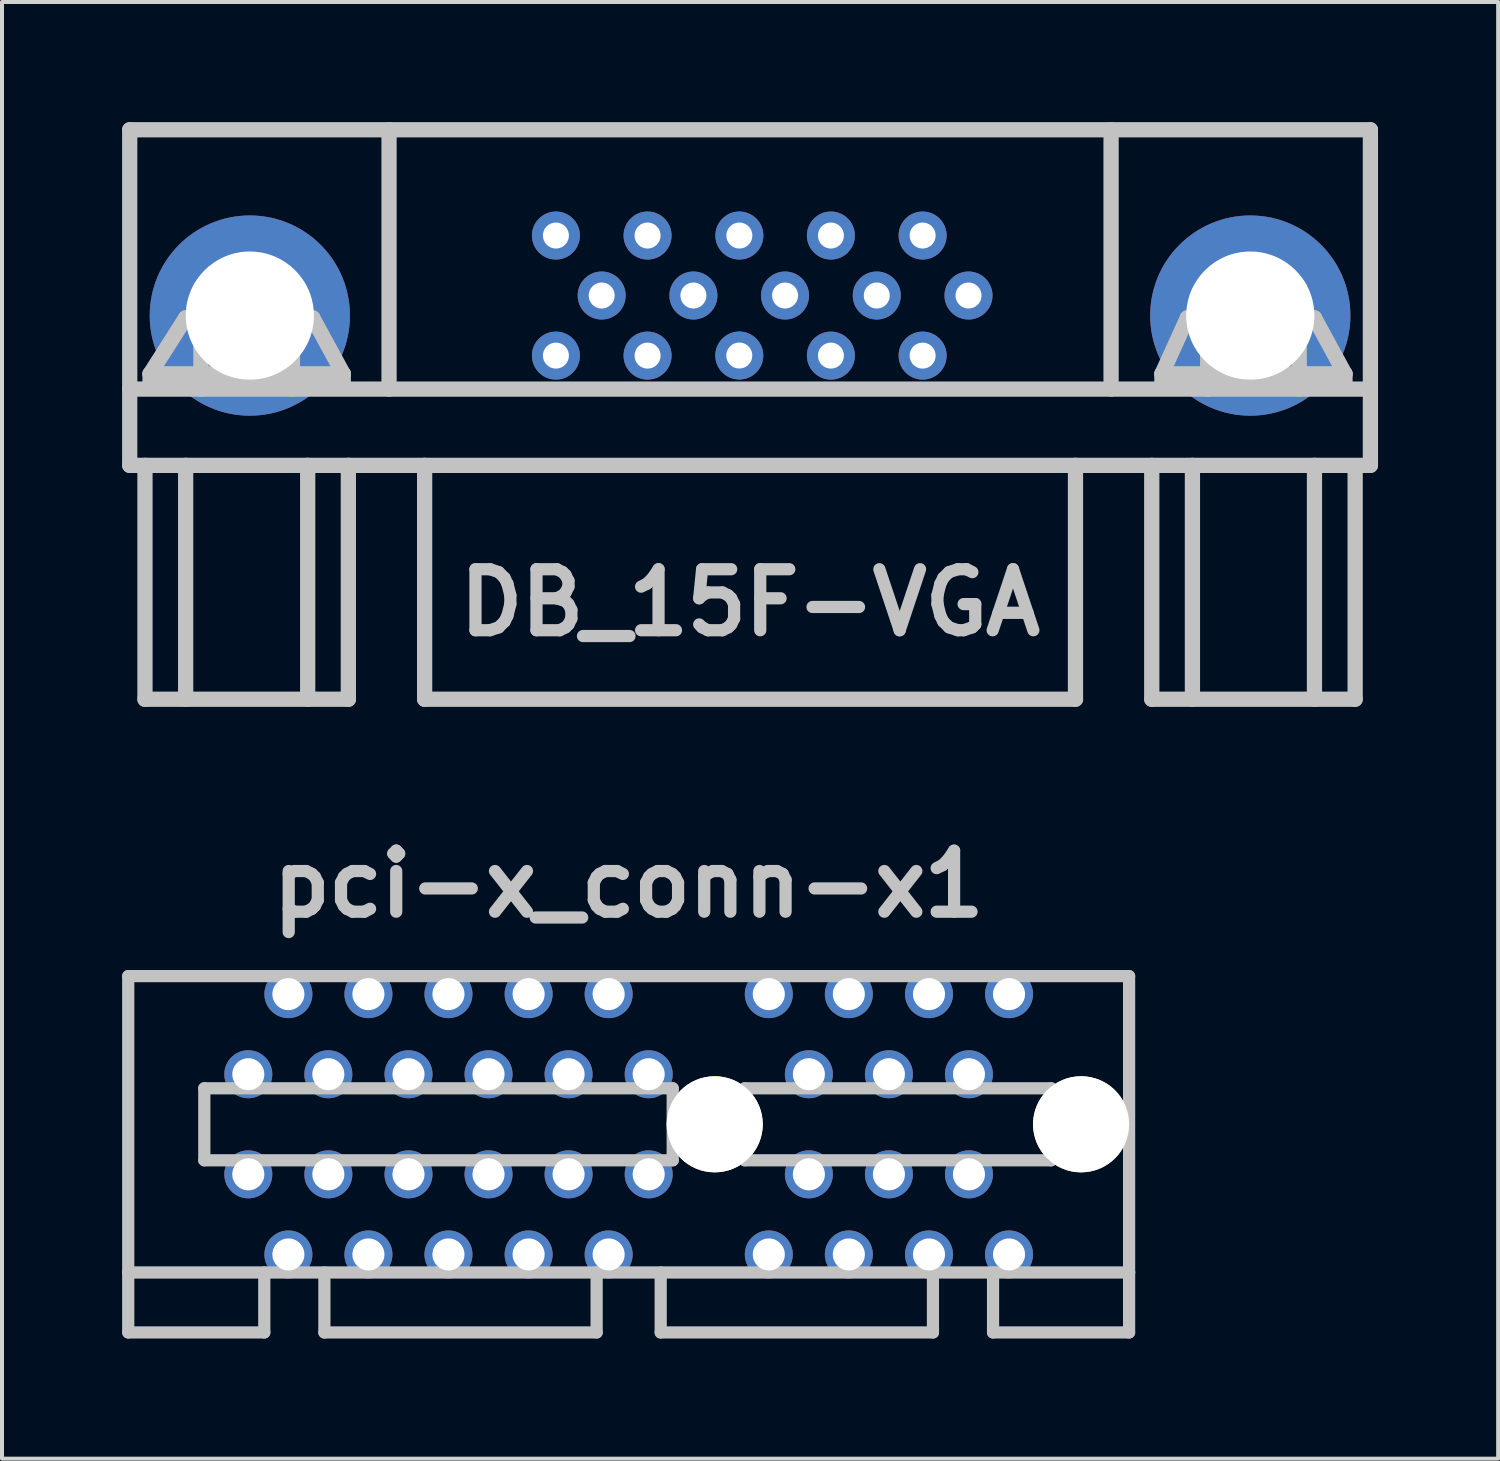
<source format=kicad_pcb>
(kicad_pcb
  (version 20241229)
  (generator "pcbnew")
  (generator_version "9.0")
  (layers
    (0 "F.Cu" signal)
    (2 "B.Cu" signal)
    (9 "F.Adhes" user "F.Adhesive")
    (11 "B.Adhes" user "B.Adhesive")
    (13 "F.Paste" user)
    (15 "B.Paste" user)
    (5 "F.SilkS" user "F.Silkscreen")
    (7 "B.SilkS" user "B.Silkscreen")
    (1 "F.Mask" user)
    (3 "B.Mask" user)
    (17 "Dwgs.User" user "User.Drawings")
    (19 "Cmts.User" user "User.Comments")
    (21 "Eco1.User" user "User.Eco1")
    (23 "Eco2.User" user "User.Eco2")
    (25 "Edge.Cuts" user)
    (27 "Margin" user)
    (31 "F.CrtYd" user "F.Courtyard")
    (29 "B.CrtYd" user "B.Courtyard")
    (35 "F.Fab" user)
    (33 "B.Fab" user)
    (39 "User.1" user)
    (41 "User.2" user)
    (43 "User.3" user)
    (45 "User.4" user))
  (footprint "pci-x_conn-x1"
    (layer "F.Cu")
    (at 12.652 25.031)
    (property "Reference" "pci-x_conn-x1" (at 0 -5.999 0) (layer "Dwgs.User") (effects (font (size 1.524 1.524) (thickness 0.305))))
    (attr through_hole)
    (fp_line (start -12.499 -3.701) (end -12.499 3.701) (stroke (width 0.305) (type solid)) (layer "Dwgs.User"))
    (fp_line (start -12.499 3.701) (end -12.499 5.199) (stroke (width 0.305) (type solid)) (layer "Dwgs.User"))
    (fp_line (start -12.499 3.701) (end 12.499 3.701) (stroke (width 0.305) (type solid)) (layer "Dwgs.User"))
    (fp_line (start -12.499 5.199) (end -9.101 5.199) (stroke (width 0.305) (type solid)) (layer "Dwgs.User"))
    (fp_line (start -10.599 -0.899) (end -10.599 0.899) (stroke (width 0.305) (type solid)) (layer "Dwgs.User"))
    (fp_line (start -9.101 5.199) (end -9.101 3.701) (stroke (width 0.305) (type solid)) (layer "Dwgs.User"))
    (fp_line (start -7.6 3.701) (end -7.6 5.199) (stroke (width 0.305) (type solid)) (layer "Dwgs.User"))
    (fp_line (start -7.6 5.199) (end -0.8 5.199) (stroke (width 0.305) (type solid)) (layer "Dwgs.User"))
    (fp_line (start -0.8 5.199) (end -0.8 3.701) (stroke (width 0.305) (type solid)) (layer "Dwgs.User"))
    (fp_line (start 0.8 3.701) (end 0.8 5.199) (stroke (width 0.305) (type solid)) (layer "Dwgs.User"))
    (fp_line (start 0.8 5.199) (end 7.6 5.199) (stroke (width 0.305) (type solid)) (layer "Dwgs.User"))
    (fp_line (start 1.1 -0.899) (end -10.599 -0.899) (stroke (width 0.305) (type solid)) (layer "Dwgs.User"))
    (fp_line (start 1.1 0.899) (end -10.599 0.899) (stroke (width 0.305) (type solid)) (layer "Dwgs.User"))
    (fp_line (start 1.1 0.899) (end 1.1 -0.899) (stroke (width 0.305) (type solid)) (layer "Dwgs.User"))
    (fp_line (start 2.901 -0.899) (end 10.551 -0.899) (stroke (width 0.305) (type solid)) (layer "Dwgs.User"))
    (fp_line (start 2.901 0.899) (end 2.901 -0.899) (stroke (width 0.305) (type solid)) (layer "Dwgs.User"))
    (fp_line (start 7.6 5.199) (end 7.6 3.701) (stroke (width 0.305) (type solid)) (layer "Dwgs.User"))
    (fp_line (start 9.101 3.701) (end 9.101 5.199) (stroke (width 0.305) (type solid)) (layer "Dwgs.User"))
    (fp_line (start 9.101 5.199) (end 12.499 5.199) (stroke (width 0.305) (type solid)) (layer "Dwgs.User"))
    (fp_line (start 10.551 -0.899) (end 10.551 0.899) (stroke (width 0.305) (type solid)) (layer "Dwgs.User"))
    (fp_line (start 10.551 0.899) (end 2.901 0.899) (stroke (width 0.305) (type solid)) (layer "Dwgs.User"))
    (fp_line (start 12.499 -3.701) (end -12.499 -3.701) (stroke (width 0.305) (type solid)) (layer "Dwgs.User"))
    (fp_line (start 12.499 3.701) (end 12.499 -3.701) (stroke (width 0.305) (type solid)) (layer "Dwgs.User"))
    (fp_line (start 12.499 5.199) (end 12.499 3.701) (stroke (width 0.305) (type solid)) (layer "Dwgs.User"))
    (pad "" np_thru_hole circle (at 2.149 0) (size 2.4 2.4) (drill 2.4) (layers "*.Cu" "F.SilkS"))
    (pad "" np_thru_hole circle (at 11.3 0) (size 2.4 2.4) (drill 2.4) (layers "*.Cu" "F.SilkS"))
    (pad "A1" thru_hole circle (at -9.5 -1.25) (size 1.199 1.199) (drill 0.8) (layers "*.Cu" "*.Mask"))
    (pad "A2" thru_hole circle (at -8.499 -3.251) (size 1.199 1.199) (drill 0.8) (layers "*.Cu" "*.Mask"))
    (pad "A3" thru_hole circle (at -7.501 -1.25) (size 1.199 1.199) (drill 0.8) (layers "*.Cu" "*.Mask"))
    (pad "A4" thru_hole circle (at -6.5 -3.251) (size 1.199 1.199) (drill 0.8) (layers "*.Cu" "*.Mask"))
    (pad "A5" thru_hole circle (at -5.499 -1.25) (size 1.199 1.199) (drill 0.8) (layers "*.Cu" "*.Mask"))
    (pad "A6" thru_hole circle (at -4.501 -3.251) (size 1.199 1.199) (drill 0.8) (layers "*.Cu" "*.Mask"))
    (pad "A7" thru_hole circle (at -3.5 -1.25) (size 1.199 1.199) (drill 0.8) (layers "*.Cu" "*.Mask"))
    (pad "A8" thru_hole circle (at -2.499 -3.251) (size 1.199 1.199) (drill 0.8) (layers "*.Cu" "*.Mask"))
    (pad "A9" thru_hole circle (at -1.501 -1.25) (size 1.199 1.199) (drill 0.8) (layers "*.Cu" "*.Mask"))
    (pad "A10" thru_hole circle (at -0.5 -3.251) (size 1.199 1.199) (drill 0.8) (layers "*.Cu" "*.Mask"))
    (pad "A11" thru_hole circle (at 0.5 -1.25) (size 1.199 1.199) (drill 0.8) (layers "*.Cu" "*.Mask"))
    (pad "A12" thru_hole circle (at 3.5 -3.251) (size 1.199 1.199) (drill 0.8) (layers "*.Cu" "*.Mask"))
    (pad "A13" thru_hole circle (at 4.501 -1.25) (size 1.199 1.199) (drill 0.8) (layers "*.Cu" "*.Mask"))
    (pad "A14" thru_hole circle (at 5.499 -3.251) (size 1.199 1.199) (drill 0.8) (layers "*.Cu" "*.Mask"))
    (pad "A15" thru_hole circle (at 6.5 -1.25) (size 1.199 1.199) (drill 0.8) (layers "*.Cu" "*.Mask"))
    (pad "A16" thru_hole circle (at 7.501 -3.251) (size 1.199 1.199) (drill 0.8) (layers "*.Cu" "*.Mask"))
    (pad "A17" thru_hole circle (at 8.499 -1.25) (size 1.199 1.199) (drill 0.8) (layers "*.Cu" "*.Mask"))
    (pad "A18" thru_hole circle (at 9.5 -3.251) (size 1.199 1.199) (drill 0.8) (layers "*.Cu" "*.Mask"))
    (pad "B1" thru_hole circle (at -9.5 1.25) (size 1.199 1.199) (drill 0.8) (layers "*.Cu" "*.Mask"))
    (pad "B2" thru_hole circle (at -8.499 3.251) (size 1.199 1.199) (drill 0.8) (layers "*.Cu" "*.Mask"))
    (pad "B3" thru_hole circle (at -7.501 1.25) (size 1.199 1.199) (drill 0.8) (layers "*.Cu" "*.Mask"))
    (pad "B4" thru_hole circle (at -6.5 3.251) (size 1.199 1.199) (drill 0.8) (layers "*.Cu" "*.Mask"))
    (pad "B5" thru_hole circle (at -5.499 1.25) (size 1.199 1.199) (drill 0.8) (layers "*.Cu" "*.Mask"))
    (pad "B6" thru_hole circle (at -4.501 3.251) (size 1.199 1.199) (drill 0.8) (layers "*.Cu" "*.Mask"))
    (pad "B7" thru_hole circle (at -3.5 1.25) (size 1.199 1.199) (drill 0.8) (layers "*.Cu" "*.Mask"))
    (pad "B8" thru_hole circle (at -2.499 3.251) (size 1.199 1.199) (drill 0.8) (layers "*.Cu" "*.Mask"))
    (pad "B9" thru_hole circle (at -1.501 1.25) (size 1.199 1.199) (drill 0.8) (layers "*.Cu" "*.Mask"))
    (pad "B10" thru_hole circle (at -0.5 3.251) (size 1.199 1.199) (drill 0.8) (layers "*.Cu" "*.Mask"))
    (pad "B11" thru_hole circle (at 0.5 1.25) (size 1.199 1.199) (drill 0.8) (layers "*.Cu" "*.Mask"))
    (pad "B12" thru_hole circle (at 3.5 3.251) (size 1.199 1.199) (drill 0.8) (layers "*.Cu" "*.Mask"))
    (pad "B13" thru_hole circle (at 4.501 1.25) (size 1.199 1.199) (drill 0.8) (layers "*.Cu" "*.Mask"))
    (pad "B14" thru_hole circle (at 5.499 3.251) (size 1.199 1.199) (drill 0.8) (layers "*.Cu" "*.Mask"))
    (pad "B15" thru_hole circle (at 6.5 1.25) (size 1.199 1.199) (drill 0.8) (layers "*.Cu" "*.Mask"))
    (pad "B16" thru_hole circle (at 7.501 3.251) (size 1.199 1.199) (drill 0.8) (layers "*.Cu" "*.Mask"))
    (pad "B17" thru_hole circle (at 8.499 1.25) (size 1.199 1.199) (drill 0.8) (layers "*.Cu" "*.Mask"))
    (pad "B18" thru_hole circle (at 9.5 3.251) (size 1.199 1.199) (drill 0.8) (layers "*.Cu" "*.Mask")))
  (footprint "DB_15F-VGA"
    (layer "F.Cu")
    (at 15.684 7.303)
    (property "Reference" "DB_15F-VGA" (at 0 4.699 0) (layer "Dwgs.User") (effects (font (size 1.524 1.524) (thickness 0.305))))
    (attr through_hole)
    (fp_line (start -15.494 -0.635) (end 15.494 -0.635) (stroke (width 0.381) (type solid)) (layer "Dwgs.User"))
    (fp_line (start -15.494 1.27) (end -15.494 -7.112) (stroke (width 0.381) (type solid)) (layer "Dwgs.User"))
    (fp_line (start -15.494 1.27) (end 15.494 1.27) (stroke (width 0.381) (type solid)) (layer "Dwgs.User"))
    (fp_line (start -15.113 1.27) (end -15.113 7.112) (stroke (width 0.381) (type solid)) (layer "Dwgs.User"))
    (fp_line (start -15.113 7.112) (end -10.033 7.112) (stroke (width 0.381) (type solid)) (layer "Dwgs.User"))
    (fp_line (start -14.986 -1.016) (end -14.986 -0.762) (stroke (width 0.381) (type solid)) (layer "Dwgs.User"))
    (fp_line (start -14.986 -0.762) (end -10.16 -0.762) (stroke (width 0.381) (type solid)) (layer "Dwgs.User"))
    (fp_line (start -14.097 -2.413) (end -14.986 -1.016) (stroke (width 0.381) (type solid)) (layer "Dwgs.User"))
    (fp_line (start -14.097 -2.413) (end -10.922 -2.413) (stroke (width 0.381) (type solid)) (layer "Dwgs.User"))
    (fp_line (start -14.097 1.27) (end -14.097 7.112) (stroke (width 0.381) (type solid)) (layer "Dwgs.User"))
    (fp_line (start -13.716 -3.175) (end -11.43 -3.175) (stroke (width 0.381) (type solid)) (layer "Dwgs.User"))
    (fp_line (start -13.716 -0.635) (end -13.716 -3.175) (stroke (width 0.381) (type solid)) (layer "Dwgs.User"))
    (fp_line (start -11.43 -3.175) (end -11.43 -0.635) (stroke (width 0.381) (type solid)) (layer "Dwgs.User"))
    (fp_line (start -11.049 1.27) (end -11.049 7.112) (stroke (width 0.381) (type solid)) (layer "Dwgs.User"))
    (fp_line (start -10.922 -2.413) (end -10.16 -1.016) (stroke (width 0.381) (type solid)) (layer "Dwgs.User"))
    (fp_line (start -10.16 -1.016) (end -14.986 -1.016) (stroke (width 0.381) (type solid)) (layer "Dwgs.User"))
    (fp_line (start -10.16 -0.762) (end -10.16 -1.016) (stroke (width 0.381) (type solid)) (layer "Dwgs.User"))
    (fp_line (start -10.033 1.27) (end -10.033 7.112) (stroke (width 0.381) (type solid)) (layer "Dwgs.User"))
    (fp_line (start -9.017 -7.112) (end -9.017 -0.635) (stroke (width 0.381) (type solid)) (layer "Dwgs.User"))
    (fp_line (start -8.128 1.27) (end -8.128 7.112) (stroke (width 0.381) (type solid)) (layer "Dwgs.User"))
    (fp_line (start -8.128 7.112) (end 8.128 7.112) (stroke (width 0.381) (type solid)) (layer "Dwgs.User"))
    (fp_line (start 8.128 7.112) (end 8.128 1.27) (stroke (width 0.381) (type solid)) (layer "Dwgs.User"))
    (fp_line (start 9.017 -0.635) (end 9.017 -7.112) (stroke (width 0.381) (type solid)) (layer "Dwgs.User"))
    (fp_line (start 10.033 1.27) (end 10.033 7.112) (stroke (width 0.381) (type solid)) (layer "Dwgs.User"))
    (fp_line (start 10.033 7.112) (end 15.113 7.112) (stroke (width 0.381) (type solid)) (layer "Dwgs.User"))
    (fp_line (start 10.287 -1.016) (end 10.287 -0.762) (stroke (width 0.381) (type solid)) (layer "Dwgs.User"))
    (fp_line (start 10.287 -0.762) (end 14.859 -0.762) (stroke (width 0.381) (type solid)) (layer "Dwgs.User"))
    (fp_line (start 10.922 -2.413) (end 10.287 -1.016) (stroke (width 0.381) (type solid)) (layer "Dwgs.User"))
    (fp_line (start 10.922 -2.413) (end 14.097 -2.413) (stroke (width 0.381) (type solid)) (layer "Dwgs.User"))
    (fp_line (start 11.049 1.27) (end 11.049 7.112) (stroke (width 0.381) (type solid)) (layer "Dwgs.User"))
    (fp_line (start 11.43 -3.175) (end 13.716 -3.175) (stroke (width 0.381) (type solid)) (layer "Dwgs.User"))
    (fp_line (start 11.43 -0.635) (end 11.43 -3.175) (stroke (width 0.381) (type solid)) (layer "Dwgs.User"))
    (fp_line (start 13.716 -3.175) (end 13.716 -0.635) (stroke (width 0.381) (type solid)) (layer "Dwgs.User"))
    (fp_line (start 14.097 -2.413) (end 14.859 -1.016) (stroke (width 0.381) (type solid)) (layer "Dwgs.User"))
    (fp_line (start 14.097 1.27) (end 14.097 7.112) (stroke (width 0.381) (type solid)) (layer "Dwgs.User"))
    (fp_line (start 14.859 -1.016) (end 10.287 -1.016) (stroke (width 0.381) (type solid)) (layer "Dwgs.User"))
    (fp_line (start 14.859 -0.762) (end 14.859 -1.016) (stroke (width 0.381) (type solid)) (layer "Dwgs.User"))
    (fp_line (start 15.113 7.112) (end 15.113 1.397) (stroke (width 0.381) (type solid)) (layer "Dwgs.User"))
    (fp_line (start 15.494 -7.112) (end -15.494 -7.112) (stroke (width 0.381) (type solid)) (layer "Dwgs.User"))
    (fp_line (start 15.494 -7.112) (end 15.494 1.27) (stroke (width 0.381) (type solid)) (layer "Dwgs.User"))
    (pad "" thru_hole circle (at -12.494 -2.471) (size 5.001 5.001) (drill 3.2) (layers "*.Cu" "*.Mask"))
    (pad "" thru_hole circle (at 12.494 -2.471) (size 5.001 5.001) (drill 3.2) (layers "*.Cu" "*.Mask"))
    (pad "1" thru_hole circle (at 4.31 -4.47) (size 1.199 1.199) (drill 0.65) (layers "*.Cu" "*.Mask"))
    (pad "2" thru_hole circle (at 2.019 -4.47) (size 1.199 1.199) (drill 0.65) (layers "*.Cu" "*.Mask"))
    (pad "3" thru_hole circle (at -0.267 -4.47) (size 1.199 1.199) (drill 0.65) (layers "*.Cu" "*.Mask"))
    (pad "4" thru_hole circle (at -2.56 -4.47) (size 1.199 1.199) (drill 0.65) (layers "*.Cu" "*.Mask"))
    (pad "5" thru_hole circle (at -4.849 -4.47) (size 1.199 1.199) (drill 0.65) (layers "*.Cu" "*.Mask"))
    (pad "6" thru_hole circle (at 5.456 -2.972) (size 1.199 1.199) (drill 0.65) (layers "*.Cu" "*.Mask"))
    (pad "7" thru_hole circle (at 3.165 -2.972) (size 1.199 1.199) (drill 0.65) (layers "*.Cu" "*.Mask"))
    (pad "8" thru_hole circle (at 0.874 -2.972) (size 1.199 1.199) (drill 0.65) (layers "*.Cu" "*.Mask"))
    (pad "9" thru_hole circle (at -1.415 -2.972) (size 1.199 1.199) (drill 0.65) (layers "*.Cu" "*.Mask"))
    (pad "10" thru_hole circle (at -3.706 -2.972) (size 1.199 1.199) (drill 0.65) (layers "*.Cu" "*.Mask"))
    (pad "11" thru_hole circle (at 4.31 -1.471) (size 1.199 1.199) (drill 0.65) (layers "*.Cu" "*.Mask"))
    (pad "12" thru_hole circle (at 2.019 -1.471) (size 1.199 1.199) (drill 0.65) (layers "*.Cu" "*.Mask"))
    (pad "13" thru_hole circle (at -0.269 -1.473) (size 1.199 1.199) (drill 0.65) (layers "*.Cu" "*.Mask"))
    (pad "14" thru_hole circle (at -2.56 -1.471) (size 1.199 1.199) (drill 0.65) (layers "*.Cu" "*.Mask"))
    (pad "15" thru_hole circle (at -4.849 -1.471) (size 1.199 1.199) (drill 0.65) (layers "*.Cu" "*.Mask")))
  (gr_rect
    (start -3 -3)
    (end 34.369 33.383)
    (stroke (width 0.1) (type default))
    (fill no)
    (layer "Edge.Cuts")))
</source>
